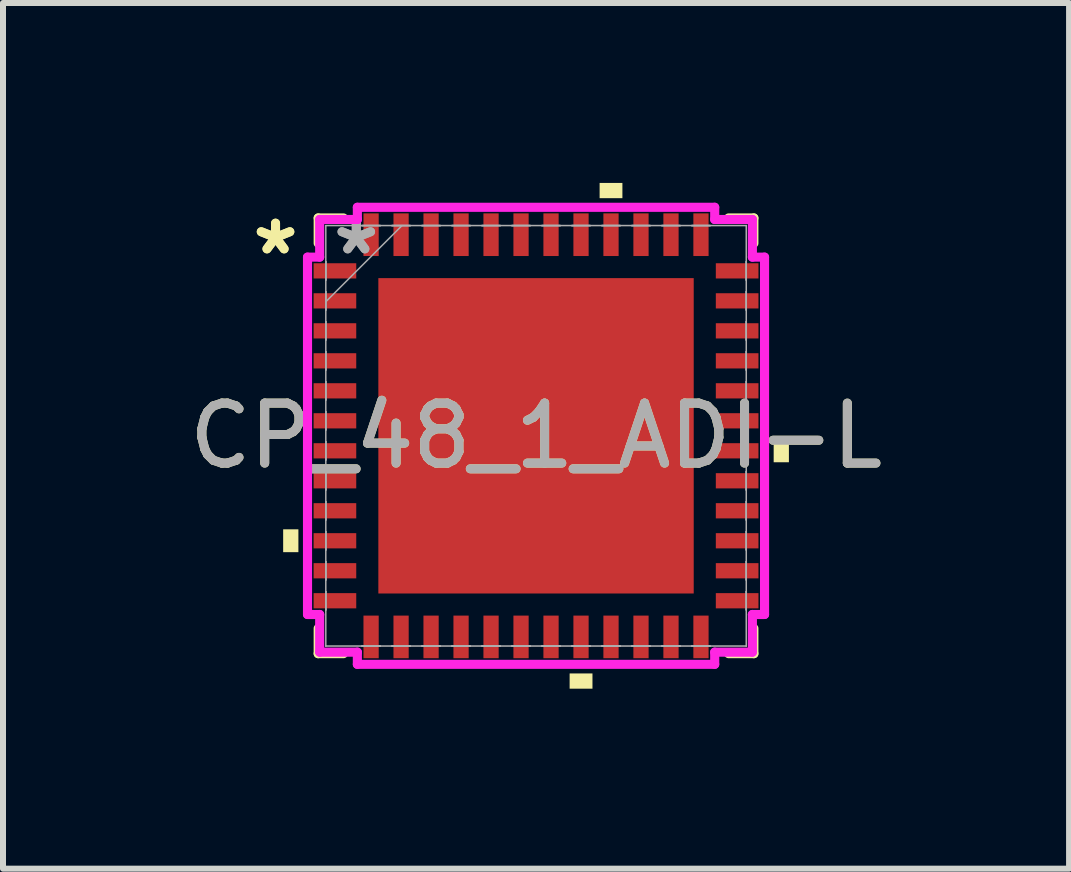
<source format=kicad_pcb>
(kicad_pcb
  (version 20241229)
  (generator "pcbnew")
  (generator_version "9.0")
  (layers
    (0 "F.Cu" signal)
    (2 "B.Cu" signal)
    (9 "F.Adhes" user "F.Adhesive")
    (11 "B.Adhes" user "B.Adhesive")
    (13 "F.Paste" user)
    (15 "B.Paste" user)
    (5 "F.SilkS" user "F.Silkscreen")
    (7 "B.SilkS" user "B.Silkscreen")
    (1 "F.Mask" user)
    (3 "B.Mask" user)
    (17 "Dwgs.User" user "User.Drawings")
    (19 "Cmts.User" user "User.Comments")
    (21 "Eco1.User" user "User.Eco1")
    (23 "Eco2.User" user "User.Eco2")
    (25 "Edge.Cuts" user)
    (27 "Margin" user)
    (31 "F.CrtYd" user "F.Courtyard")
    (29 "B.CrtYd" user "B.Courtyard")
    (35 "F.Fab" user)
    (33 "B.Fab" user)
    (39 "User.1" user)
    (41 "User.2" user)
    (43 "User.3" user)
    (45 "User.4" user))
  (footprint "CP_48_1_ADI-L"
    (layer "F.Cu")
    (at 5.887 4.216)
    (property "Reference" "CP_48_1_ADI-L" (at 0 0 0) (unlocked yes) (layer "F.SilkS") (effects (font (size 1 1) (thickness 0.15))))
    (attr smd)
    (fp_line (start -3.632 -3.632) (end -3.632 -3.21) (stroke (width 0.152) (type solid)) (layer "F.SilkS"))
    (fp_line (start -3.632 3.21) (end -3.632 3.632) (stroke (width 0.152) (type solid)) (layer "F.SilkS"))
    (fp_line (start -3.632 3.632) (end -3.21 3.632) (stroke (width 0.152) (type solid)) (layer "F.SilkS"))
    (fp_line (start -3.21 -3.632) (end -3.632 -3.632) (stroke (width 0.152) (type solid)) (layer "F.SilkS"))
    (fp_line (start 3.21 3.632) (end 3.632 3.632) (stroke (width 0.152) (type solid)) (layer "F.SilkS"))
    (fp_line (start 3.632 -3.632) (end 3.21 -3.632) (stroke (width 0.152) (type solid)) (layer "F.SilkS"))
    (fp_line (start 3.632 -3.21) (end 3.632 -3.632) (stroke (width 0.152) (type solid)) (layer "F.SilkS"))
    (fp_line (start 3.632 3.632) (end 3.632 3.21) (stroke (width 0.152) (type solid)) (layer "F.SilkS"))
    (fp_poly (pts (xy -4.216 1.559) (xy -4.216 1.94) (xy -3.962 1.94) (xy -3.962 1.559)) (stroke (width 0) (type solid)) (fill yes) (layer "F.SilkS"))
    (fp_poly (pts (xy 0.56 3.962) (xy 0.56 4.216) (xy 0.941 4.216) (xy 0.941 3.962)) (stroke (width 0) (type solid)) (fill yes) (layer "F.SilkS"))
    (fp_poly (pts (xy 1.06 -3.962) (xy 1.06 -4.216) (xy 1.44 -4.216) (xy 1.44 -3.962)) (stroke (width 0) (type solid)) (fill yes) (layer "F.SilkS"))
    (fp_poly (pts (xy 4.216 0.059) (xy 4.216 0.441) (xy 3.962 0.441) (xy 3.962 0.059)) (stroke (width 0) (type solid)) (fill yes) (layer "F.SilkS"))
    (fp_poly (pts (xy -2.529 -2.529) (xy -2.529 -1.414) (xy -1.414 -1.414) (xy -1.414 -2.529)) (stroke (width 0) (type solid)) (fill yes) (layer "F.Paste"))
    (fp_poly (pts (xy -2.529 -1.214) (xy -2.529 -0.1) (xy -1.414 -0.1) (xy -1.414 -1.214)) (stroke (width 0) (type solid)) (fill yes) (layer "F.Paste"))
    (fp_poly (pts (xy -2.529 0.1) (xy -2.529 1.214) (xy -1.414 1.214) (xy -1.414 0.1)) (stroke (width 0) (type solid)) (fill yes) (layer "F.Paste"))
    (fp_poly (pts (xy -2.529 1.414) (xy -2.529 2.529) (xy -1.414 2.529) (xy -1.414 1.414)) (stroke (width 0) (type solid)) (fill yes) (layer "F.Paste"))
    (fp_poly (pts (xy -1.214 -2.529) (xy -1.214 -1.414) (xy -0.1 -1.414) (xy -0.1 -2.529)) (stroke (width 0) (type solid)) (fill yes) (layer "F.Paste"))
    (fp_poly (pts (xy -1.214 -1.214) (xy -1.214 -0.1) (xy -0.1 -0.1) (xy -0.1 -1.214)) (stroke (width 0) (type solid)) (fill yes) (layer "F.Paste"))
    (fp_poly (pts (xy -1.214 0.1) (xy -1.214 1.214) (xy -0.1 1.214) (xy -0.1 0.1)) (stroke (width 0) (type solid)) (fill yes) (layer "F.Paste"))
    (fp_poly (pts (xy -1.214 1.414) (xy -1.214 2.529) (xy -0.1 2.529) (xy -0.1 1.414)) (stroke (width 0) (type solid)) (fill yes) (layer "F.Paste"))
    (fp_poly (pts (xy 0.1 -2.529) (xy 0.1 -1.414) (xy 1.214 -1.414) (xy 1.214 -2.529)) (stroke (width 0) (type solid)) (fill yes) (layer "F.Paste"))
    (fp_poly (pts (xy 0.1 -1.214) (xy 0.1 -0.1) (xy 1.214 -0.1) (xy 1.214 -1.214)) (stroke (width 0) (type solid)) (fill yes) (layer "F.Paste"))
    (fp_poly (pts (xy 0.1 0.1) (xy 0.1 1.214) (xy 1.214 1.214) (xy 1.214 0.1)) (stroke (width 0) (type solid)) (fill yes) (layer "F.Paste"))
    (fp_poly (pts (xy 0.1 1.414) (xy 0.1 2.529) (xy 1.214 2.529) (xy 1.214 1.414)) (stroke (width 0) (type solid)) (fill yes) (layer "F.Paste"))
    (fp_poly (pts (xy 1.414 -2.529) (xy 1.414 -1.414) (xy 2.529 -1.414) (xy 2.529 -2.529)) (stroke (width 0) (type solid)) (fill yes) (layer "F.Paste"))
    (fp_poly (pts (xy 1.414 -1.214) (xy 1.414 -0.1) (xy 2.529 -0.1) (xy 2.529 -1.214)) (stroke (width 0) (type solid)) (fill yes) (layer "F.Paste"))
    (fp_poly (pts (xy 1.414 0.1) (xy 1.414 1.214) (xy 2.529 1.214) (xy 2.529 0.1)) (stroke (width 0) (type solid)) (fill yes) (layer "F.Paste"))
    (fp_poly (pts (xy 1.414 1.414) (xy 1.414 2.529) (xy 2.529 2.529) (xy 2.529 1.414)) (stroke (width 0) (type solid)) (fill yes) (layer "F.Paste"))
    (fp_line (start -3.81 -2.979) (end -3.607 -2.979) (stroke (width 0.152) (type solid)) (layer "F.CrtYd"))
    (fp_line (start -3.81 2.979) (end -3.81 -2.979) (stroke (width 0.152) (type solid)) (layer "F.CrtYd"))
    (fp_line (start -3.607 -3.607) (end -2.979 -3.607) (stroke (width 0.152) (type solid)) (layer "F.CrtYd"))
    (fp_line (start -3.607 -2.979) (end -3.607 -3.607) (stroke (width 0.152) (type solid)) (layer "F.CrtYd"))
    (fp_line (start -3.607 2.979) (end -3.81 2.979) (stroke (width 0.152) (type solid)) (layer "F.CrtYd"))
    (fp_line (start -3.607 3.607) (end -3.607 2.979) (stroke (width 0.152) (type solid)) (layer "F.CrtYd"))
    (fp_line (start -2.979 -3.81) (end 2.979 -3.81) (stroke (width 0.152) (type solid)) (layer "F.CrtYd"))
    (fp_line (start -2.979 -3.607) (end -2.979 -3.81) (stroke (width 0.152) (type solid)) (layer "F.CrtYd"))
    (fp_line (start -2.979 3.607) (end -3.607 3.607) (stroke (width 0.152) (type solid)) (layer "F.CrtYd"))
    (fp_line (start -2.979 3.81) (end -2.979 3.607) (stroke (width 0.152) (type solid)) (layer "F.CrtYd"))
    (fp_line (start 2.979 -3.81) (end 2.979 -3.607) (stroke (width 0.152) (type solid)) (layer "F.CrtYd"))
    (fp_line (start 2.979 -3.607) (end 3.607 -3.607) (stroke (width 0.152) (type solid)) (layer "F.CrtYd"))
    (fp_line (start 2.979 3.607) (end 2.979 3.81) (stroke (width 0.152) (type solid)) (layer "F.CrtYd"))
    (fp_line (start 2.979 3.81) (end -2.979 3.81) (stroke (width 0.152) (type solid)) (layer "F.CrtYd"))
    (fp_line (start 3.607 -3.607) (end 3.607 -2.979) (stroke (width 0.152) (type solid)) (layer "F.CrtYd"))
    (fp_line (start 3.607 -2.979) (end 3.81 -2.979) (stroke (width 0.152) (type solid)) (layer "F.CrtYd"))
    (fp_line (start 3.607 2.979) (end 3.607 3.607) (stroke (width 0.152) (type solid)) (layer "F.CrtYd"))
    (fp_line (start 3.607 3.607) (end 2.979 3.607) (stroke (width 0.152) (type solid)) (layer "F.CrtYd"))
    (fp_line (start 3.81 -2.979) (end 3.81 2.979) (stroke (width 0.152) (type solid)) (layer "F.CrtYd"))
    (fp_line (start 3.81 2.979) (end 3.607 2.979) (stroke (width 0.152) (type solid)) (layer "F.CrtYd"))
    (fp_line (start -3.505 -3.505) (end -3.505 -3.505) (stroke (width 0.025) (type solid)) (layer "F.Fab"))
    (fp_line (start -3.505 -3.505) (end -3.505 3.505) (stroke (width 0.025) (type solid)) (layer "F.Fab"))
    (fp_line (start -3.505 -2.902) (end -3.505 -2.902) (stroke (width 0.025) (type solid)) (layer "F.Fab"))
    (fp_line (start -3.505 -2.902) (end -3.505 -2.598) (stroke (width 0.025) (type solid)) (layer "F.Fab"))
    (fp_line (start -3.505 -2.598) (end -3.505 -2.902) (stroke (width 0.025) (type solid)) (layer "F.Fab"))
    (fp_line (start -3.505 -2.598) (end -3.505 -2.598) (stroke (width 0.025) (type solid)) (layer "F.Fab"))
    (fp_line (start -3.505 -2.402) (end -3.505 -2.402) (stroke (width 0.025) (type solid)) (layer "F.Fab"))
    (fp_line (start -3.505 -2.402) (end -3.505 -2.098) (stroke (width 0.025) (type solid)) (layer "F.Fab"))
    (fp_line (start -3.505 -2.235) (end -2.235 -3.505) (stroke (width 0.025) (type solid)) (layer "F.Fab"))
    (fp_line (start -3.505 -2.098) (end -3.505 -2.402) (stroke (width 0.025) (type solid)) (layer "F.Fab"))
    (fp_line (start -3.505 -2.098) (end -3.505 -2.098) (stroke (width 0.025) (type solid)) (layer "F.Fab"))
    (fp_line (start -3.505 -1.902) (end -3.505 -1.902) (stroke (width 0.025) (type solid)) (layer "F.Fab"))
    (fp_line (start -3.505 -1.902) (end -3.505 -1.598) (stroke (width 0.025) (type solid)) (layer "F.Fab"))
    (fp_line (start -3.505 -1.598) (end -3.505 -1.902) (stroke (width 0.025) (type solid)) (layer "F.Fab"))
    (fp_line (start -3.505 -1.598) (end -3.505 -1.598) (stroke (width 0.025) (type solid)) (layer "F.Fab"))
    (fp_line (start -3.505 -1.402) (end -3.505 -1.402) (stroke (width 0.025) (type solid)) (layer "F.Fab"))
    (fp_line (start -3.505 -1.402) (end -3.505 -1.098) (stroke (width 0.025) (type solid)) (layer "F.Fab"))
    (fp_line (start -3.505 -1.098) (end -3.505 -1.402) (stroke (width 0.025) (type solid)) (layer "F.Fab"))
    (fp_line (start -3.505 -1.098) (end -3.505 -1.098) (stroke (width 0.025) (type solid)) (layer "F.Fab"))
    (fp_line (start -3.505 -0.902) (end -3.505 -0.902) (stroke (width 0.025) (type solid)) (layer "F.Fab"))
    (fp_line (start -3.505 -0.902) (end -3.505 -0.598) (stroke (width 0.025) (type solid)) (layer "F.Fab"))
    (fp_line (start -3.505 -0.598) (end -3.505 -0.902) (stroke (width 0.025) (type solid)) (layer "F.Fab"))
    (fp_line (start -3.505 -0.598) (end -3.505 -0.598) (stroke (width 0.025) (type solid)) (layer "F.Fab"))
    (fp_line (start -3.505 -0.402) (end -3.505 -0.402) (stroke (width 0.025) (type solid)) (layer "F.Fab"))
    (fp_line (start -3.505 -0.402) (end -3.505 -0.098) (stroke (width 0.025) (type solid)) (layer "F.Fab"))
    (fp_line (start -3.505 -0.098) (end -3.505 -0.402) (stroke (width 0.025) (type solid)) (layer "F.Fab"))
    (fp_line (start -3.505 -0.098) (end -3.505 -0.098) (stroke (width 0.025) (type solid)) (layer "F.Fab"))
    (fp_line (start -3.505 0.098) (end -3.505 0.098) (stroke (width 0.025) (type solid)) (layer "F.Fab"))
    (fp_line (start -3.505 0.098) (end -3.505 0.402) (stroke (width 0.025) (type solid)) (layer "F.Fab"))
    (fp_line (start -3.505 0.402) (end -3.505 0.098) (stroke (width 0.025) (type solid)) (layer "F.Fab"))
    (fp_line (start -3.505 0.402) (end -3.505 0.402) (stroke (width 0.025) (type solid)) (layer "F.Fab"))
    (fp_line (start -3.505 0.598) (end -3.505 0.598) (stroke (width 0.025) (type solid)) (layer "F.Fab"))
    (fp_line (start -3.505 0.598) (end -3.505 0.902) (stroke (width 0.025) (type solid)) (layer "F.Fab"))
    (fp_line (start -3.505 0.902) (end -3.505 0.598) (stroke (width 0.025) (type solid)) (layer "F.Fab"))
    (fp_line (start -3.505 0.902) (end -3.505 0.902) (stroke (width 0.025) (type solid)) (layer "F.Fab"))
    (fp_line (start -3.505 1.098) (end -3.505 1.098) (stroke (width 0.025) (type solid)) (layer "F.Fab"))
    (fp_line (start -3.505 1.098) (end -3.505 1.402) (stroke (width 0.025) (type solid)) (layer "F.Fab"))
    (fp_line (start -3.505 1.402) (end -3.505 1.098) (stroke (width 0.025) (type solid)) (layer "F.Fab"))
    (fp_line (start -3.505 1.402) (end -3.505 1.402) (stroke (width 0.025) (type solid)) (layer "F.Fab"))
    (fp_line (start -3.505 1.598) (end -3.505 1.598) (stroke (width 0.025) (type solid)) (layer "F.Fab"))
    (fp_line (start -3.505 1.598) (end -3.505 1.902) (stroke (width 0.025) (type solid)) (layer "F.Fab"))
    (fp_line (start -3.505 1.902) (end -3.505 1.598) (stroke (width 0.025) (type solid)) (layer "F.Fab"))
    (fp_line (start -3.505 1.902) (end -3.505 1.902) (stroke (width 0.025) (type solid)) (layer "F.Fab"))
    (fp_line (start -3.505 2.098) (end -3.505 2.098) (stroke (width 0.025) (type solid)) (layer "F.Fab"))
    (fp_line (start -3.505 2.098) (end -3.505 2.402) (stroke (width 0.025) (type solid)) (layer "F.Fab"))
    (fp_line (start -3.505 2.402) (end -3.505 2.098) (stroke (width 0.025) (type solid)) (layer "F.Fab"))
    (fp_line (start -3.505 2.402) (end -3.505 2.402) (stroke (width 0.025) (type solid)) (layer "F.Fab"))
    (fp_line (start -3.505 2.598) (end -3.505 2.598) (stroke (width 0.025) (type solid)) (layer "F.Fab"))
    (fp_line (start -3.505 2.598) (end -3.505 2.902) (stroke (width 0.025) (type solid)) (layer "F.Fab"))
    (fp_line (start -3.505 2.902) (end -3.505 2.598) (stroke (width 0.025) (type solid)) (layer "F.Fab"))
    (fp_line (start -3.505 2.902) (end -3.505 2.902) (stroke (width 0.025) (type solid)) (layer "F.Fab"))
    (fp_line (start -3.505 3.505) (end -3.505 3.505) (stroke (width 0.025) (type solid)) (layer "F.Fab"))
    (fp_line (start -3.505 3.505) (end 3.505 3.505) (stroke (width 0.025) (type solid)) (layer "F.Fab"))
    (fp_line (start -2.902 -3.505) (end -2.902 -3.505) (stroke (width 0.025) (type solid)) (layer "F.Fab"))
    (fp_line (start -2.902 -3.505) (end -2.598 -3.505) (stroke (width 0.025) (type solid)) (layer "F.Fab"))
    (fp_line (start -2.902 3.505) (end -2.902 3.505) (stroke (width 0.025) (type solid)) (layer "F.Fab"))
    (fp_line (start -2.902 3.505) (end -2.598 3.505) (stroke (width 0.025) (type solid)) (layer "F.Fab"))
    (fp_line (start -2.598 -3.505) (end -2.902 -3.505) (stroke (width 0.025) (type solid)) (layer "F.Fab"))
    (fp_line (start -2.598 -3.505) (end -2.598 -3.505) (stroke (width 0.025) (type solid)) (layer "F.Fab"))
    (fp_line (start -2.598 3.505) (end -2.902 3.505) (stroke (width 0.025) (type solid)) (layer "F.Fab"))
    (fp_line (start -2.598 3.505) (end -2.598 3.505) (stroke (width 0.025) (type solid)) (layer "F.Fab"))
    (fp_line (start -2.402 -3.505) (end -2.402 -3.505) (stroke (width 0.025) (type solid)) (layer "F.Fab"))
    (fp_line (start -2.402 -3.505) (end -2.098 -3.505) (stroke (width 0.025) (type solid)) (layer "F.Fab"))
    (fp_line (start -2.402 3.505) (end -2.402 3.505) (stroke (width 0.025) (type solid)) (layer "F.Fab"))
    (fp_line (start -2.402 3.505) (end -2.098 3.505) (stroke (width 0.025) (type solid)) (layer "F.Fab"))
    (fp_line (start -2.098 -3.505) (end -2.402 -3.505) (stroke (width 0.025) (type solid)) (layer "F.Fab"))
    (fp_line (start -2.098 -3.505) (end -2.098 -3.505) (stroke (width 0.025) (type solid)) (layer "F.Fab"))
    (fp_line (start -2.098 3.505) (end -2.402 3.505) (stroke (width 0.025) (type solid)) (layer "F.Fab"))
    (fp_line (start -2.098 3.505) (end -2.098 3.505) (stroke (width 0.025) (type solid)) (layer "F.Fab"))
    (fp_line (start -1.902 -3.505) (end -1.902 -3.505) (stroke (width 0.025) (type solid)) (layer "F.Fab"))
    (fp_line (start -1.902 -3.505) (end -1.598 -3.505) (stroke (width 0.025) (type solid)) (layer "F.Fab"))
    (fp_line (start -1.902 3.505) (end -1.902 3.505) (stroke (width 0.025) (type solid)) (layer "F.Fab"))
    (fp_line (start -1.902 3.505) (end -1.598 3.505) (stroke (width 0.025) (type solid)) (layer "F.Fab"))
    (fp_line (start -1.598 -3.505) (end -1.902 -3.505) (stroke (width 0.025) (type solid)) (layer "F.Fab"))
    (fp_line (start -1.598 -3.505) (end -1.598 -3.505) (stroke (width 0.025) (type solid)) (layer "F.Fab"))
    (fp_line (start -1.598 3.505) (end -1.902 3.505) (stroke (width 0.025) (type solid)) (layer "F.Fab"))
    (fp_line (start -1.598 3.505) (end -1.598 3.505) (stroke (width 0.025) (type solid)) (layer "F.Fab"))
    (fp_line (start -1.402 -3.505) (end -1.402 -3.505) (stroke (width 0.025) (type solid)) (layer "F.Fab"))
    (fp_line (start -1.402 -3.505) (end -1.098 -3.505) (stroke (width 0.025) (type solid)) (layer "F.Fab"))
    (fp_line (start -1.402 3.505) (end -1.402 3.505) (stroke (width 0.025) (type solid)) (layer "F.Fab"))
    (fp_line (start -1.402 3.505) (end -1.098 3.505) (stroke (width 0.025) (type solid)) (layer "F.Fab"))
    (fp_line (start -1.098 -3.505) (end -1.402 -3.505) (stroke (width 0.025) (type solid)) (layer "F.Fab"))
    (fp_line (start -1.098 -3.505) (end -1.098 -3.505) (stroke (width 0.025) (type solid)) (layer "F.Fab"))
    (fp_line (start -1.098 3.505) (end -1.402 3.505) (stroke (width 0.025) (type solid)) (layer "F.Fab"))
    (fp_line (start -1.098 3.505) (end -1.098 3.505) (stroke (width 0.025) (type solid)) (layer "F.Fab"))
    (fp_line (start -0.902 -3.505) (end -0.902 -3.505) (stroke (width 0.025) (type solid)) (layer "F.Fab"))
    (fp_line (start -0.902 -3.505) (end -0.598 -3.505) (stroke (width 0.025) (type solid)) (layer "F.Fab"))
    (fp_line (start -0.902 3.505) (end -0.902 3.505) (stroke (width 0.025) (type solid)) (layer "F.Fab"))
    (fp_line (start -0.902 3.505) (end -0.598 3.505) (stroke (width 0.025) (type solid)) (layer "F.Fab"))
    (fp_line (start -0.598 -3.505) (end -0.902 -3.505) (stroke (width 0.025) (type solid)) (layer "F.Fab"))
    (fp_line (start -0.598 -3.505) (end -0.598 -3.505) (stroke (width 0.025) (type solid)) (layer "F.Fab"))
    (fp_line (start -0.598 3.505) (end -0.902 3.505) (stroke (width 0.025) (type solid)) (layer "F.Fab"))
    (fp_line (start -0.598 3.505) (end -0.598 3.505) (stroke (width 0.025) (type solid)) (layer "F.Fab"))
    (fp_line (start -0.402 -3.505) (end -0.402 -3.505) (stroke (width 0.025) (type solid)) (layer "F.Fab"))
    (fp_line (start -0.402 -3.505) (end -0.098 -3.505) (stroke (width 0.025) (type solid)) (layer "F.Fab"))
    (fp_line (start -0.402 3.505) (end -0.402 3.505) (stroke (width 0.025) (type solid)) (layer "F.Fab"))
    (fp_line (start -0.402 3.505) (end -0.098 3.505) (stroke (width 0.025) (type solid)) (layer "F.Fab"))
    (fp_line (start -0.098 -3.505) (end -0.402 -3.505) (stroke (width 0.025) (type solid)) (layer "F.Fab"))
    (fp_line (start -0.098 -3.505) (end -0.098 -3.505) (stroke (width 0.025) (type solid)) (layer "F.Fab"))
    (fp_line (start -0.098 3.505) (end -0.402 3.505) (stroke (width 0.025) (type solid)) (layer "F.Fab"))
    (fp_line (start -0.098 3.505) (end -0.098 3.505) (stroke (width 0.025) (type solid)) (layer "F.Fab"))
    (fp_line (start 0.098 -3.505) (end 0.098 -3.505) (stroke (width 0.025) (type solid)) (layer "F.Fab"))
    (fp_line (start 0.098 -3.505) (end 0.402 -3.505) (stroke (width 0.025) (type solid)) (layer "F.Fab"))
    (fp_line (start 0.098 3.505) (end 0.098 3.505) (stroke (width 0.025) (type solid)) (layer "F.Fab"))
    (fp_line (start 0.098 3.505) (end 0.402 3.505) (stroke (width 0.025) (type solid)) (layer "F.Fab"))
    (fp_line (start 0.402 -3.505) (end 0.098 -3.505) (stroke (width 0.025) (type solid)) (layer "F.Fab"))
    (fp_line (start 0.402 -3.505) (end 0.402 -3.505) (stroke (width 0.025) (type solid)) (layer "F.Fab"))
    (fp_line (start 0.402 3.505) (end 0.098 3.505) (stroke (width 0.025) (type solid)) (layer "F.Fab"))
    (fp_line (start 0.402 3.505) (end 0.402 3.505) (stroke (width 0.025) (type solid)) (layer "F.Fab"))
    (fp_line (start 0.598 -3.505) (end 0.598 -3.505) (stroke (width 0.025) (type solid)) (layer "F.Fab"))
    (fp_line (start 0.598 -3.505) (end 0.902 -3.505) (stroke (width 0.025) (type solid)) (layer "F.Fab"))
    (fp_line (start 0.598 3.505) (end 0.598 3.505) (stroke (width 0.025) (type solid)) (layer "F.Fab"))
    (fp_line (start 0.598 3.505) (end 0.902 3.505) (stroke (width 0.025) (type solid)) (layer "F.Fab"))
    (fp_line (start 0.902 -3.505) (end 0.598 -3.505) (stroke (width 0.025) (type solid)) (layer "F.Fab"))
    (fp_line (start 0.902 -3.505) (end 0.902 -3.505) (stroke (width 0.025) (type solid)) (layer "F.Fab"))
    (fp_line (start 0.902 3.505) (end 0.598 3.505) (stroke (width 0.025) (type solid)) (layer "F.Fab"))
    (fp_line (start 0.902 3.505) (end 0.902 3.505) (stroke (width 0.025) (type solid)) (layer "F.Fab"))
    (fp_line (start 1.098 -3.505) (end 1.098 -3.505) (stroke (width 0.025) (type solid)) (layer "F.Fab"))
    (fp_line (start 1.098 -3.505) (end 1.402 -3.505) (stroke (width 0.025) (type solid)) (layer "F.Fab"))
    (fp_line (start 1.098 3.505) (end 1.098 3.505) (stroke (width 0.025) (type solid)) (layer "F.Fab"))
    (fp_line (start 1.098 3.505) (end 1.402 3.505) (stroke (width 0.025) (type solid)) (layer "F.Fab"))
    (fp_line (start 1.402 -3.505) (end 1.098 -3.505) (stroke (width 0.025) (type solid)) (layer "F.Fab"))
    (fp_line (start 1.402 -3.505) (end 1.402 -3.505) (stroke (width 0.025) (type solid)) (layer "F.Fab"))
    (fp_line (start 1.402 3.505) (end 1.098 3.505) (stroke (width 0.025) (type solid)) (layer "F.Fab"))
    (fp_line (start 1.402 3.505) (end 1.402 3.505) (stroke (width 0.025) (type solid)) (layer "F.Fab"))
    (fp_line (start 1.598 -3.505) (end 1.598 -3.505) (stroke (width 0.025) (type solid)) (layer "F.Fab"))
    (fp_line (start 1.598 -3.505) (end 1.902 -3.505) (stroke (width 0.025) (type solid)) (layer "F.Fab"))
    (fp_line (start 1.598 3.505) (end 1.598 3.505) (stroke (width 0.025) (type solid)) (layer "F.Fab"))
    (fp_line (start 1.598 3.505) (end 1.902 3.505) (stroke (width 0.025) (type solid)) (layer "F.Fab"))
    (fp_line (start 1.902 -3.505) (end 1.598 -3.505) (stroke (width 0.025) (type solid)) (layer "F.Fab"))
    (fp_line (start 1.902 -3.505) (end 1.902 -3.505) (stroke (width 0.025) (type solid)) (layer "F.Fab"))
    (fp_line (start 1.902 3.505) (end 1.598 3.505) (stroke (width 0.025) (type solid)) (layer "F.Fab"))
    (fp_line (start 1.902 3.505) (end 1.902 3.505) (stroke (width 0.025) (type solid)) (layer "F.Fab"))
    (fp_line (start 2.098 -3.505) (end 2.098 -3.505) (stroke (width 0.025) (type solid)) (layer "F.Fab"))
    (fp_line (start 2.098 -3.505) (end 2.402 -3.505) (stroke (width 0.025) (type solid)) (layer "F.Fab"))
    (fp_line (start 2.098 3.505) (end 2.098 3.505) (stroke (width 0.025) (type solid)) (layer "F.Fab"))
    (fp_line (start 2.098 3.505) (end 2.402 3.505) (stroke (width 0.025) (type solid)) (layer "F.Fab"))
    (fp_line (start 2.402 -3.505) (end 2.098 -3.505) (stroke (width 0.025) (type solid)) (layer "F.Fab"))
    (fp_line (start 2.402 -3.505) (end 2.402 -3.505) (stroke (width 0.025) (type solid)) (layer "F.Fab"))
    (fp_line (start 2.402 3.505) (end 2.098 3.505) (stroke (width 0.025) (type solid)) (layer "F.Fab"))
    (fp_line (start 2.402 3.505) (end 2.402 3.505) (stroke (width 0.025) (type solid)) (layer "F.Fab"))
    (fp_line (start 2.598 -3.505) (end 2.598 -3.505) (stroke (width 0.025) (type solid)) (layer "F.Fab"))
    (fp_line (start 2.598 -3.505) (end 2.902 -3.505) (stroke (width 0.025) (type solid)) (layer "F.Fab"))
    (fp_line (start 2.598 3.505) (end 2.598 3.505) (stroke (width 0.025) (type solid)) (layer "F.Fab"))
    (fp_line (start 2.598 3.505) (end 2.902 3.505) (stroke (width 0.025) (type solid)) (layer "F.Fab"))
    (fp_line (start 2.902 -3.505) (end 2.598 -3.505) (stroke (width 0.025) (type solid)) (layer "F.Fab"))
    (fp_line (start 2.902 -3.505) (end 2.902 -3.505) (stroke (width 0.025) (type solid)) (layer "F.Fab"))
    (fp_line (start 2.902 3.505) (end 2.598 3.505) (stroke (width 0.025) (type solid)) (layer "F.Fab"))
    (fp_line (start 2.902 3.505) (end 2.902 3.505) (stroke (width 0.025) (type solid)) (layer "F.Fab"))
    (fp_line (start 3.505 -3.505) (end -3.505 -3.505) (stroke (width 0.025) (type solid)) (layer "F.Fab"))
    (fp_line (start 3.505 -3.505) (end 3.505 -3.505) (stroke (width 0.025) (type solid)) (layer "F.Fab"))
    (fp_line (start 3.505 -2.902) (end 3.505 -2.902) (stroke (width 0.025) (type solid)) (layer "F.Fab"))
    (fp_line (start 3.505 -2.902) (end 3.505 -2.598) (stroke (width 0.025) (type solid)) (layer "F.Fab"))
    (fp_line (start 3.505 -2.598) (end 3.505 -2.902) (stroke (width 0.025) (type solid)) (layer "F.Fab"))
    (fp_line (start 3.505 -2.598) (end 3.505 -2.598) (stroke (width 0.025) (type solid)) (layer "F.Fab"))
    (fp_line (start 3.505 -2.402) (end 3.505 -2.402) (stroke (width 0.025) (type solid)) (layer "F.Fab"))
    (fp_line (start 3.505 -2.402) (end 3.505 -2.098) (stroke (width 0.025) (type solid)) (layer "F.Fab"))
    (fp_line (start 3.505 -2.098) (end 3.505 -2.402) (stroke (width 0.025) (type solid)) (layer "F.Fab"))
    (fp_line (start 3.505 -2.098) (end 3.505 -2.098) (stroke (width 0.025) (type solid)) (layer "F.Fab"))
    (fp_line (start 3.505 -1.902) (end 3.505 -1.902) (stroke (width 0.025) (type solid)) (layer "F.Fab"))
    (fp_line (start 3.505 -1.902) (end 3.505 -1.598) (stroke (width 0.025) (type solid)) (layer "F.Fab"))
    (fp_line (start 3.505 -1.598) (end 3.505 -1.902) (stroke (width 0.025) (type solid)) (layer "F.Fab"))
    (fp_line (start 3.505 -1.598) (end 3.505 -1.598) (stroke (width 0.025) (type solid)) (layer "F.Fab"))
    (fp_line (start 3.505 -1.402) (end 3.505 -1.402) (stroke (width 0.025) (type solid)) (layer "F.Fab"))
    (fp_line (start 3.505 -1.402) (end 3.505 -1.098) (stroke (width 0.025) (type solid)) (layer "F.Fab"))
    (fp_line (start 3.505 -1.098) (end 3.505 -1.402) (stroke (width 0.025) (type solid)) (layer "F.Fab"))
    (fp_line (start 3.505 -1.098) (end 3.505 -1.098) (stroke (width 0.025) (type solid)) (layer "F.Fab"))
    (fp_line (start 3.505 -0.902) (end 3.505 -0.902) (stroke (width 0.025) (type solid)) (layer "F.Fab"))
    (fp_line (start 3.505 -0.902) (end 3.505 -0.598) (stroke (width 0.025) (type solid)) (layer "F.Fab"))
    (fp_line (start 3.505 -0.598) (end 3.505 -0.902) (stroke (width 0.025) (type solid)) (layer "F.Fab"))
    (fp_line (start 3.505 -0.598) (end 3.505 -0.598) (stroke (width 0.025) (type solid)) (layer "F.Fab"))
    (fp_line (start 3.505 -0.402) (end 3.505 -0.402) (stroke (width 0.025) (type solid)) (layer "F.Fab"))
    (fp_line (start 3.505 -0.402) (end 3.505 -0.098) (stroke (width 0.025) (type solid)) (layer "F.Fab"))
    (fp_line (start 3.505 -0.098) (end 3.505 -0.402) (stroke (width 0.025) (type solid)) (layer "F.Fab"))
    (fp_line (start 3.505 -0.098) (end 3.505 -0.098) (stroke (width 0.025) (type solid)) (layer "F.Fab"))
    (fp_line (start 3.505 0.098) (end 3.505 0.098) (stroke (width 0.025) (type solid)) (layer "F.Fab"))
    (fp_line (start 3.505 0.098) (end 3.505 0.402) (stroke (width 0.025) (type solid)) (layer "F.Fab"))
    (fp_line (start 3.505 0.402) (end 3.505 0.098) (stroke (width 0.025) (type solid)) (layer "F.Fab"))
    (fp_line (start 3.505 0.402) (end 3.505 0.402) (stroke (width 0.025) (type solid)) (layer "F.Fab"))
    (fp_line (start 3.505 0.598) (end 3.505 0.598) (stroke (width 0.025) (type solid)) (layer "F.Fab"))
    (fp_line (start 3.505 0.598) (end 3.505 0.902) (stroke (width 0.025) (type solid)) (layer "F.Fab"))
    (fp_line (start 3.505 0.902) (end 3.505 0.598) (stroke (width 0.025) (type solid)) (layer "F.Fab"))
    (fp_line (start 3.505 0.902) (end 3.505 0.902) (stroke (width 0.025) (type solid)) (layer "F.Fab"))
    (fp_line (start 3.505 1.098) (end 3.505 1.098) (stroke (width 0.025) (type solid)) (layer "F.Fab"))
    (fp_line (start 3.505 1.098) (end 3.505 1.402) (stroke (width 0.025) (type solid)) (layer "F.Fab"))
    (fp_line (start 3.505 1.402) (end 3.505 1.098) (stroke (width 0.025) (type solid)) (layer "F.Fab"))
    (fp_line (start 3.505 1.402) (end 3.505 1.402) (stroke (width 0.025) (type solid)) (layer "F.Fab"))
    (fp_line (start 3.505 1.598) (end 3.505 1.598) (stroke (width 0.025) (type solid)) (layer "F.Fab"))
    (fp_line (start 3.505 1.598) (end 3.505 1.902) (stroke (width 0.025) (type solid)) (layer "F.Fab"))
    (fp_line (start 3.505 1.902) (end 3.505 1.598) (stroke (width 0.025) (type solid)) (layer "F.Fab"))
    (fp_line (start 3.505 1.902) (end 3.505 1.902) (stroke (width 0.025) (type solid)) (layer "F.Fab"))
    (fp_line (start 3.505 2.098) (end 3.505 2.098) (stroke (width 0.025) (type solid)) (layer "F.Fab"))
    (fp_line (start 3.505 2.098) (end 3.505 2.402) (stroke (width 0.025) (type solid)) (layer "F.Fab"))
    (fp_line (start 3.505 2.402) (end 3.505 2.098) (stroke (width 0.025) (type solid)) (layer "F.Fab"))
    (fp_line (start 3.505 2.402) (end 3.505 2.402) (stroke (width 0.025) (type solid)) (layer "F.Fab"))
    (fp_line (start 3.505 2.598) (end 3.505 2.598) (stroke (width 0.025) (type solid)) (layer "F.Fab"))
    (fp_line (start 3.505 2.598) (end 3.505 2.902) (stroke (width 0.025) (type solid)) (layer "F.Fab"))
    (fp_line (start 3.505 2.902) (end 3.505 2.598) (stroke (width 0.025) (type solid)) (layer "F.Fab"))
    (fp_line (start 3.505 2.902) (end 3.505 2.902) (stroke (width 0.025) (type solid)) (layer "F.Fab"))
    (fp_line (start 3.505 3.505) (end 3.505 -3.505) (stroke (width 0.025) (type solid)) (layer "F.Fab"))
    (fp_line (start 3.505 3.505) (end 3.505 3.505) (stroke (width 0.025) (type solid)) (layer "F.Fab"))
    (fp_text user "*" (at -4.343 -3 0) (unlocked yes) (layer "F.SilkS") (effects (font (size 1 1) (thickness 0.15))))
    (fp_text user "*" (at -4.343 -3 0) (layer "F.SilkS") (effects (font (size 1 1) (thickness 0.15))))
    (fp_text user "*" (at -2.997 -3 0) (unlocked yes) (layer "F.Fab") (effects (font (size 1 1) (thickness 0.15))))
    (fp_text user "*" (at -2.997 -3 0) (layer "F.Fab") (effects (font (size 1 1) (thickness 0.15))))
    (fp_text user "${REFERENCE}" (at 0 0 0) (unlocked yes) (layer "F.Fab") (effects (font (size 1 1) (thickness 0.15))))
    (pad "1" smd rect (at -3.353 -2.75 90) (size 0.254 0.711) (layers "F.Cu" "F.Mask" "F.Paste"))
    (pad "2" smd rect (at -3.353 -2.25 90) (size 0.254 0.711) (layers "F.Cu" "F.Mask" "F.Paste"))
    (pad "3" smd rect (at -3.353 -1.75 90) (size 0.254 0.711) (layers "F.Cu" "F.Mask" "F.Paste"))
    (pad "4" smd rect (at -3.353 -1.25 90) (size 0.254 0.711) (layers "F.Cu" "F.Mask" "F.Paste"))
    (pad "5" smd rect (at -3.353 -0.75 90) (size 0.254 0.711) (layers "F.Cu" "F.Mask" "F.Paste"))
    (pad "6" smd rect (at -3.353 -0.25 90) (size 0.254 0.711) (layers "F.Cu" "F.Mask" "F.Paste"))
    (pad "7" smd rect (at -3.353 0.25 90) (size 0.254 0.711) (layers "F.Cu" "F.Mask" "F.Paste"))
    (pad "8" smd rect (at -3.353 0.75 90) (size 0.254 0.711) (layers "F.Cu" "F.Mask" "F.Paste"))
    (pad "9" smd rect (at -3.353 1.25 90) (size 0.254 0.711) (layers "F.Cu" "F.Mask" "F.Paste"))
    (pad "10" smd rect (at -3.353 1.75 90) (size 0.254 0.711) (layers "F.Cu" "F.Mask" "F.Paste"))
    (pad "11" smd rect (at -3.353 2.25 90) (size 0.254 0.711) (layers "F.Cu" "F.Mask" "F.Paste"))
    (pad "12" smd rect (at -3.353 2.75 90) (size 0.254 0.711) (layers "F.Cu" "F.Mask" "F.Paste"))
    (pad "13" smd rect (at -2.75 3.353) (size 0.254 0.711) (layers "F.Cu" "F.Mask" "F.Paste"))
    (pad "14" smd rect (at -2.25 3.353) (size 0.254 0.711) (layers "F.Cu" "F.Mask" "F.Paste"))
    (pad "15" smd rect (at -1.75 3.353) (size 0.254 0.711) (layers "F.Cu" "F.Mask" "F.Paste"))
    (pad "16" smd rect (at -1.25 3.353) (size 0.254 0.711) (layers "F.Cu" "F.Mask" "F.Paste"))
    (pad "17" smd rect (at -0.75 3.353) (size 0.254 0.711) (layers "F.Cu" "F.Mask" "F.Paste"))
    (pad "18" smd rect (at -0.25 3.353) (size 0.254 0.711) (layers "F.Cu" "F.Mask" "F.Paste"))
    (pad "19" smd rect (at 0.25 3.353) (size 0.254 0.711) (layers "F.Cu" "F.Mask" "F.Paste"))
    (pad "20" smd rect (at 0.75 3.353) (size 0.254 0.711) (layers "F.Cu" "F.Mask" "F.Paste"))
    (pad "21" smd rect (at 1.25 3.353) (size 0.254 0.711) (layers "F.Cu" "F.Mask" "F.Paste"))
    (pad "22" smd rect (at 1.75 3.353) (size 0.254 0.711) (layers "F.Cu" "F.Mask" "F.Paste"))
    (pad "23" smd rect (at 2.25 3.353) (size 0.254 0.711) (layers "F.Cu" "F.Mask" "F.Paste"))
    (pad "24" smd rect (at 2.75 3.353) (size 0.254 0.711) (layers "F.Cu" "F.Mask" "F.Paste"))
    (pad "25" smd rect (at 3.353 2.75 90) (size 0.254 0.711) (layers "F.Cu" "F.Mask" "F.Paste"))
    (pad "26" smd rect (at 3.353 2.25 90) (size 0.254 0.711) (layers "F.Cu" "F.Mask" "F.Paste"))
    (pad "27" smd rect (at 3.353 1.75 90) (size 0.254 0.711) (layers "F.Cu" "F.Mask" "F.Paste"))
    (pad "28" smd rect (at 3.353 1.25 90) (size 0.254 0.711) (layers "F.Cu" "F.Mask" "F.Paste"))
    (pad "29" smd rect (at 3.353 0.75 90) (size 0.254 0.711) (layers "F.Cu" "F.Mask" "F.Paste"))
    (pad "30" smd rect (at 3.353 0.25 90) (size 0.254 0.711) (layers "F.Cu" "F.Mask" "F.Paste"))
    (pad "31" smd rect (at 3.353 -0.25 90) (size 0.254 0.711) (layers "F.Cu" "F.Mask" "F.Paste"))
    (pad "32" smd rect (at 3.353 -0.75 90) (size 0.254 0.711) (layers "F.Cu" "F.Mask" "F.Paste"))
    (pad "33" smd rect (at 3.353 -1.25 90) (size 0.254 0.711) (layers "F.Cu" "F.Mask" "F.Paste"))
    (pad "34" smd rect (at 3.353 -1.75 90) (size 0.254 0.711) (layers "F.Cu" "F.Mask" "F.Paste"))
    (pad "35" smd rect (at 3.353 -2.25 90) (size 0.254 0.711) (layers "F.Cu" "F.Mask" "F.Paste"))
    (pad "36" smd rect (at 3.353 -2.75 90) (size 0.254 0.711) (layers "F.Cu" "F.Mask" "F.Paste"))
    (pad "37" smd rect (at 2.75 -3.353) (size 0.254 0.711) (layers "F.Cu" "F.Mask" "F.Paste"))
    (pad "38" smd rect (at 2.25 -3.353) (size 0.254 0.711) (layers "F.Cu" "F.Mask" "F.Paste"))
    (pad "39" smd rect (at 1.75 -3.353) (size 0.254 0.711) (layers "F.Cu" "F.Mask" "F.Paste"))
    (pad "40" smd rect (at 1.25 -3.353) (size 0.254 0.711) (layers "F.Cu" "F.Mask" "F.Paste"))
    (pad "41" smd rect (at 0.75 -3.353) (size 0.254 0.711) (layers "F.Cu" "F.Mask" "F.Paste"))
    (pad "42" smd rect (at 0.25 -3.353) (size 0.254 0.711) (layers "F.Cu" "F.Mask" "F.Paste"))
    (pad "43" smd rect (at -0.25 -3.353) (size 0.254 0.711) (layers "F.Cu" "F.Mask" "F.Paste"))
    (pad "44" smd rect (at -0.75 -3.353) (size 0.254 0.711) (layers "F.Cu" "F.Mask" "F.Paste"))
    (pad "45" smd rect (at -1.25 -3.353) (size 0.254 0.711) (layers "F.Cu" "F.Mask" "F.Paste"))
    (pad "46" smd rect (at -1.75 -3.353) (size 0.254 0.711) (layers "F.Cu" "F.Mask" "F.Paste"))
    (pad "47" smd rect (at -2.25 -3.353) (size 0.254 0.711) (layers "F.Cu" "F.Mask" "F.Paste"))
    (pad "48" smd rect (at -2.75 -3.353) (size 0.254 0.711) (layers "F.Cu" "F.Mask" "F.Paste"))
    (pad "49" smd rect (at 0 0) (size 5.258 5.258) (layers "F.Cu" "F.Mask")))
  (gr_rect
    (start -3 -3)
    (end 14.774 11.433)
    (stroke (width 0.1) (type default))
    (fill no)
    (layer "Edge.Cuts")))
</source>
